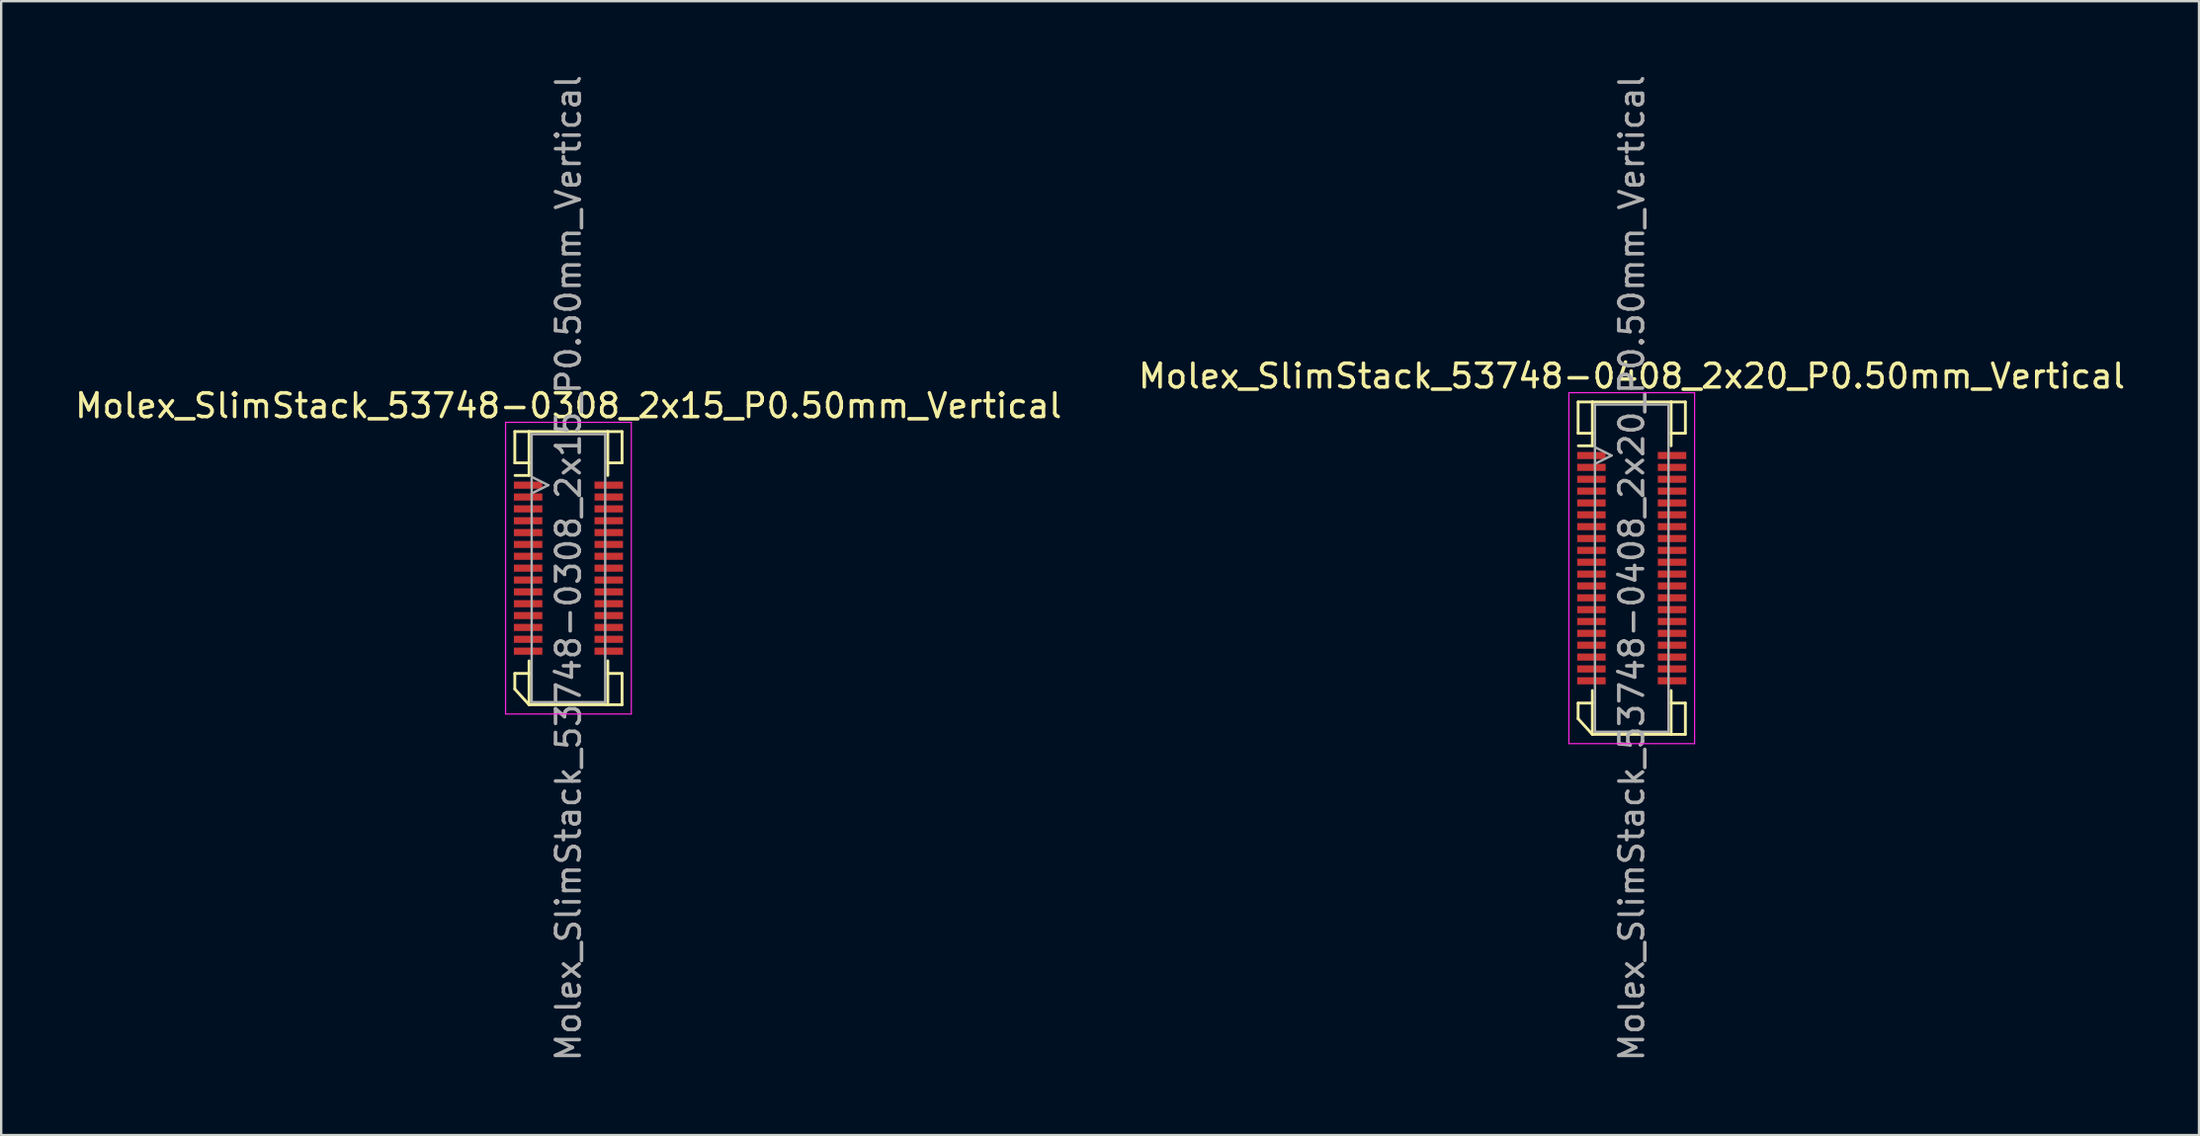
<source format=kicad_pcb>
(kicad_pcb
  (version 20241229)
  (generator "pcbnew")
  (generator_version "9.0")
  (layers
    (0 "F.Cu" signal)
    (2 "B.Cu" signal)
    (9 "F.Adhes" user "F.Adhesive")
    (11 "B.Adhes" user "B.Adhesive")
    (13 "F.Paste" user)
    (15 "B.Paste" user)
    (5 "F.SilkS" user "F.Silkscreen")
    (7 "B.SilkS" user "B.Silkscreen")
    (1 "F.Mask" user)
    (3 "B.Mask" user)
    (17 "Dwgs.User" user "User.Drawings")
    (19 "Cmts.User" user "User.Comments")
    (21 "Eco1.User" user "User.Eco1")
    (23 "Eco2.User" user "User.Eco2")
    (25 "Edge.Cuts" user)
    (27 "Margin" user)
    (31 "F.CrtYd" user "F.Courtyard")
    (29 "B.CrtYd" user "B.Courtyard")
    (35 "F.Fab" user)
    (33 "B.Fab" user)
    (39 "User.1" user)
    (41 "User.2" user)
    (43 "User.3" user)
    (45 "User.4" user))
  (footprint "Molex_SlimStack_53748-0408_2x20_P0.50mm_Vertical"
    (layer "F.Cu")
    (at 65.732 20.911)
    (property "Reference" "Molex_SlimStack_53748-0408_2x20_P0.50mm_Vertical" (at 0 -8.1 0) (layer "F.SilkS") (effects (font (size 1 1) (thickness 0.15))))
    (attr smd)
    (fp_line (start -2.26 -7.01) (end -2.26 -5.69) (stroke (width 0.12) (type solid)) (layer "F.SilkS"))
    (fp_line (start -2.26 -5.69) (end -1.66 -5.69) (stroke (width 0.12) (type solid)) (layer "F.SilkS"))
    (fp_line (start -2.26 5.69) (end -1.66 5.69) (stroke (width 0.12) (type solid)) (layer "F.SilkS"))
    (fp_line (start -2.26 6.35) (end -2.26 5.69) (stroke (width 0.12) (type solid)) (layer "F.SilkS"))
    (fp_line (start -1.66 -7.01) (end -2.26 -7.01) (stroke (width 0.12) (type solid)) (layer "F.SilkS"))
    (fp_line (start -1.66 -7.01) (end -1.66 -5.16) (stroke (width 0.12) (type solid)) (layer "F.SilkS"))
    (fp_line (start -1.66 -5.16) (end -2.25 -5.16) (stroke (width 0.12) (type solid)) (layer "F.SilkS"))
    (fp_line (start -1.66 7.01) (end -2.26 6.35) (stroke (width 0.12) (type solid)) (layer "F.SilkS"))
    (fp_line (start -1.66 7.01) (end -1.66 5.16) (stroke (width 0.12) (type solid)) (layer "F.SilkS"))
    (fp_line (start 1.66 -7.01) (end -1.66 -7.01) (stroke (width 0.12) (type solid)) (layer "F.SilkS"))
    (fp_line (start 1.66 -7.01) (end 2.26 -7.01) (stroke (width 0.12) (type solid)) (layer "F.SilkS"))
    (fp_line (start 1.66 -5.16) (end 1.66 -7.01) (stroke (width 0.12) (type solid)) (layer "F.SilkS"))
    (fp_line (start 1.66 5.16) (end 1.66 7.01) (stroke (width 0.12) (type solid)) (layer "F.SilkS"))
    (fp_line (start 1.66 7.01) (end -1.66 7.01) (stroke (width 0.12) (type solid)) (layer "F.SilkS"))
    (fp_line (start 1.66 7.01) (end 2.26 7.01) (stroke (width 0.12) (type solid)) (layer "F.SilkS"))
    (fp_line (start 2.26 -7.01) (end 2.26 -5.69) (stroke (width 0.12) (type solid)) (layer "F.SilkS"))
    (fp_line (start 2.26 -5.69) (end 1.66 -5.69) (stroke (width 0.12) (type solid)) (layer "F.SilkS"))
    (fp_line (start 2.26 5.69) (end 1.66 5.69) (stroke (width 0.12) (type solid)) (layer "F.SilkS"))
    (fp_line (start 2.26 7.01) (end 2.26 5.69) (stroke (width 0.12) (type solid)) (layer "F.SilkS"))
    (fp_line (start -2.65 -7.4) (end -2.65 7.4) (stroke (width 0.05) (type solid)) (layer "F.CrtYd"))
    (fp_line (start -2.65 7.4) (end 2.65 7.4) (stroke (width 0.05) (type solid)) (layer "F.CrtYd"))
    (fp_line (start 2.65 -7.4) (end -2.65 -7.4) (stroke (width 0.05) (type solid)) (layer "F.CrtYd"))
    (fp_line (start 2.65 7.4) (end 2.65 -7.4) (stroke (width 0.05) (type solid)) (layer "F.CrtYd"))
    (fp_line (start -1.55 -6.9) (end -1.55 6.9) (stroke (width 0.1) (type solid)) (layer "F.Fab"))
    (fp_line (start -1.55 6.9) (end 1.55 6.9) (stroke (width 0.1) (type solid)) (layer "F.Fab"))
    (fp_line (start -0.85 -4.75) (end -1.55 -5.1) (stroke (width 0.1) (type solid)) (layer "F.Fab"))
    (fp_line (start -0.85 -4.75) (end -1.55 -4.4) (stroke (width 0.1) (type solid)) (layer "F.Fab"))
    (fp_line (start 1.55 -6.9) (end -1.55 -6.9) (stroke (width 0.1) (type solid)) (layer "F.Fab"))
    (fp_line (start 1.55 6.9) (end 1.55 -6.9) (stroke (width 0.1) (type solid)) (layer "F.Fab"))
    (fp_text user "${REFERENCE}" (at 0 0 90) (layer "F.Fab") (effects (font (size 1 1) (thickness 0.15))))
    (pad "1" smd rect (at -1.7 -4.75) (size 1.2 0.3) (layers "F.Cu" "F.Mask" "F.Paste"))
    (pad "2" smd rect (at 1.7 -4.75) (size 1.2 0.3) (layers "F.Cu" "F.Mask" "F.Paste"))
    (pad "3" smd rect (at -1.7 -4.25) (size 1.2 0.3) (layers "F.Cu" "F.Mask" "F.Paste"))
    (pad "4" smd rect (at 1.7 -4.25) (size 1.2 0.3) (layers "F.Cu" "F.Mask" "F.Paste"))
    (pad "5" smd rect (at -1.7 -3.75) (size 1.2 0.3) (layers "F.Cu" "F.Mask" "F.Paste"))
    (pad "6" smd rect (at 1.7 -3.75) (size 1.2 0.3) (layers "F.Cu" "F.Mask" "F.Paste"))
    (pad "7" smd rect (at -1.7 -3.25) (size 1.2 0.3) (layers "F.Cu" "F.Mask" "F.Paste"))
    (pad "8" smd rect (at 1.7 -3.25) (size 1.2 0.3) (layers "F.Cu" "F.Mask" "F.Paste"))
    (pad "9" smd rect (at -1.7 -2.75) (size 1.2 0.3) (layers "F.Cu" "F.Mask" "F.Paste"))
    (pad "10" smd rect (at 1.7 -2.75) (size 1.2 0.3) (layers "F.Cu" "F.Mask" "F.Paste"))
    (pad "11" smd rect (at -1.7 -2.25) (size 1.2 0.3) (layers "F.Cu" "F.Mask" "F.Paste"))
    (pad "12" smd rect (at 1.7 -2.25) (size 1.2 0.3) (layers "F.Cu" "F.Mask" "F.Paste"))
    (pad "13" smd rect (at -1.7 -1.75) (size 1.2 0.3) (layers "F.Cu" "F.Mask" "F.Paste"))
    (pad "14" smd rect (at 1.7 -1.75) (size 1.2 0.3) (layers "F.Cu" "F.Mask" "F.Paste"))
    (pad "15" smd rect (at -1.7 -1.25) (size 1.2 0.3) (layers "F.Cu" "F.Mask" "F.Paste"))
    (pad "16" smd rect (at 1.7 -1.25) (size 1.2 0.3) (layers "F.Cu" "F.Mask" "F.Paste"))
    (pad "17" smd rect (at -1.7 -0.75) (size 1.2 0.3) (layers "F.Cu" "F.Mask" "F.Paste"))
    (pad "18" smd rect (at 1.7 -0.75) (size 1.2 0.3) (layers "F.Cu" "F.Mask" "F.Paste"))
    (pad "19" smd rect (at -1.7 -0.25) (size 1.2 0.3) (layers "F.Cu" "F.Mask" "F.Paste"))
    (pad "20" smd rect (at 1.7 -0.25) (size 1.2 0.3) (layers "F.Cu" "F.Mask" "F.Paste"))
    (pad "21" smd rect (at -1.7 0.25) (size 1.2 0.3) (layers "F.Cu" "F.Mask" "F.Paste"))
    (pad "22" smd rect (at 1.7 0.25) (size 1.2 0.3) (layers "F.Cu" "F.Mask" "F.Paste"))
    (pad "23" smd rect (at -1.7 0.75) (size 1.2 0.3) (layers "F.Cu" "F.Mask" "F.Paste"))
    (pad "24" smd rect (at 1.7 0.75) (size 1.2 0.3) (layers "F.Cu" "F.Mask" "F.Paste"))
    (pad "25" smd rect (at -1.7 1.25) (size 1.2 0.3) (layers "F.Cu" "F.Mask" "F.Paste"))
    (pad "26" smd rect (at 1.7 1.25) (size 1.2 0.3) (layers "F.Cu" "F.Mask" "F.Paste"))
    (pad "27" smd rect (at -1.7 1.75) (size 1.2 0.3) (layers "F.Cu" "F.Mask" "F.Paste"))
    (pad "28" smd rect (at 1.7 1.75) (size 1.2 0.3) (layers "F.Cu" "F.Mask" "F.Paste"))
    (pad "29" smd rect (at -1.7 2.25) (size 1.2 0.3) (layers "F.Cu" "F.Mask" "F.Paste"))
    (pad "30" smd rect (at 1.7 2.25) (size 1.2 0.3) (layers "F.Cu" "F.Mask" "F.Paste"))
    (pad "31" smd rect (at -1.7 2.75) (size 1.2 0.3) (layers "F.Cu" "F.Mask" "F.Paste"))
    (pad "32" smd rect (at 1.7 2.75) (size 1.2 0.3) (layers "F.Cu" "F.Mask" "F.Paste"))
    (pad "33" smd rect (at -1.7 3.25) (size 1.2 0.3) (layers "F.Cu" "F.Mask" "F.Paste"))
    (pad "34" smd rect (at 1.7 3.25) (size 1.2 0.3) (layers "F.Cu" "F.Mask" "F.Paste"))
    (pad "35" smd rect (at -1.7 3.75) (size 1.2 0.3) (layers "F.Cu" "F.Mask" "F.Paste"))
    (pad "36" smd rect (at 1.7 3.75) (size 1.2 0.3) (layers "F.Cu" "F.Mask" "F.Paste"))
    (pad "37" smd rect (at -1.7 4.25) (size 1.2 0.3) (layers "F.Cu" "F.Mask" "F.Paste"))
    (pad "38" smd rect (at 1.7 4.25) (size 1.2 0.3) (layers "F.Cu" "F.Mask" "F.Paste"))
    (pad "39" smd rect (at -1.7 4.75) (size 1.2 0.3) (layers "F.Cu" "F.Mask" "F.Paste"))
    (pad "40" smd rect (at 1.7 4.75) (size 1.2 0.3) (layers "F.Cu" "F.Mask" "F.Paste")))
  (footprint "Molex_SlimStack_53748-0308_2x15_P0.50mm_Vertical"
    (layer "F.Cu")
    (at 20.911 20.911)
    (property "Reference" "Molex_SlimStack_53748-0308_2x15_P0.50mm_Vertical" (at 0 -6.85 0) (layer "F.SilkS") (effects (font (size 1 1) (thickness 0.15))))
    (attr smd)
    (fp_line (start -2.26 -5.76) (end -2.26 -4.44) (stroke (width 0.12) (type solid)) (layer "F.SilkS"))
    (fp_line (start -2.26 -4.44) (end -1.66 -4.44) (stroke (width 0.12) (type solid)) (layer "F.SilkS"))
    (fp_line (start -2.26 4.44) (end -1.66 4.44) (stroke (width 0.12) (type solid)) (layer "F.SilkS"))
    (fp_line (start -2.26 5.1) (end -2.26 4.44) (stroke (width 0.12) (type solid)) (layer "F.SilkS"))
    (fp_line (start -1.66 -5.76) (end -2.26 -5.76) (stroke (width 0.12) (type solid)) (layer "F.SilkS"))
    (fp_line (start -1.66 -5.76) (end -1.66 -3.91) (stroke (width 0.12) (type solid)) (layer "F.SilkS"))
    (fp_line (start -1.66 -3.91) (end -2.25 -3.91) (stroke (width 0.12) (type solid)) (layer "F.SilkS"))
    (fp_line (start -1.66 5.76) (end -2.26 5.1) (stroke (width 0.12) (type solid)) (layer "F.SilkS"))
    (fp_line (start -1.66 5.76) (end -1.66 3.91) (stroke (width 0.12) (type solid)) (layer "F.SilkS"))
    (fp_line (start 1.66 -5.76) (end -1.66 -5.76) (stroke (width 0.12) (type solid)) (layer "F.SilkS"))
    (fp_line (start 1.66 -5.76) (end 2.26 -5.76) (stroke (width 0.12) (type solid)) (layer "F.SilkS"))
    (fp_line (start 1.66 -3.91) (end 1.66 -5.76) (stroke (width 0.12) (type solid)) (layer "F.SilkS"))
    (fp_line (start 1.66 3.91) (end 1.66 5.76) (stroke (width 0.12) (type solid)) (layer "F.SilkS"))
    (fp_line (start 1.66 5.76) (end -1.66 5.76) (stroke (width 0.12) (type solid)) (layer "F.SilkS"))
    (fp_line (start 1.66 5.76) (end 2.26 5.76) (stroke (width 0.12) (type solid)) (layer "F.SilkS"))
    (fp_line (start 2.26 -5.76) (end 2.26 -4.44) (stroke (width 0.12) (type solid)) (layer "F.SilkS"))
    (fp_line (start 2.26 -4.44) (end 1.66 -4.44) (stroke (width 0.12) (type solid)) (layer "F.SilkS"))
    (fp_line (start 2.26 4.44) (end 1.66 4.44) (stroke (width 0.12) (type solid)) (layer "F.SilkS"))
    (fp_line (start 2.26 5.76) (end 2.26 4.44) (stroke (width 0.12) (type solid)) (layer "F.SilkS"))
    (fp_line (start -2.65 -6.15) (end -2.65 6.15) (stroke (width 0.05) (type solid)) (layer "F.CrtYd"))
    (fp_line (start -2.65 6.15) (end 2.65 6.15) (stroke (width 0.05) (type solid)) (layer "F.CrtYd"))
    (fp_line (start 2.65 -6.15) (end -2.65 -6.15) (stroke (width 0.05) (type solid)) (layer "F.CrtYd"))
    (fp_line (start 2.65 6.15) (end 2.65 -6.15) (stroke (width 0.05) (type solid)) (layer "F.CrtYd"))
    (fp_line (start -1.55 -5.65) (end -1.55 5.65) (stroke (width 0.1) (type solid)) (layer "F.Fab"))
    (fp_line (start -1.55 5.65) (end 1.55 5.65) (stroke (width 0.1) (type solid)) (layer "F.Fab"))
    (fp_line (start -0.85 -3.5) (end -1.55 -3.85) (stroke (width 0.1) (type solid)) (layer "F.Fab"))
    (fp_line (start -0.85 -3.5) (end -1.55 -3.15) (stroke (width 0.1) (type solid)) (layer "F.Fab"))
    (fp_line (start 1.55 -5.65) (end -1.55 -5.65) (stroke (width 0.1) (type solid)) (layer "F.Fab"))
    (fp_line (start 1.55 5.65) (end 1.55 -5.65) (stroke (width 0.1) (type solid)) (layer "F.Fab"))
    (fp_text user "${REFERENCE}" (at 0 0 90) (layer "F.Fab") (effects (font (size 1 1) (thickness 0.15))))
    (pad "1" smd rect (at -1.7 -3.5) (size 1.2 0.3) (layers "F.Cu" "F.Mask" "F.Paste"))
    (pad "2" smd rect (at 1.7 -3.5) (size 1.2 0.3) (layers "F.Cu" "F.Mask" "F.Paste"))
    (pad "3" smd rect (at -1.7 -3) (size 1.2 0.3) (layers "F.Cu" "F.Mask" "F.Paste"))
    (pad "4" smd rect (at 1.7 -3) (size 1.2 0.3) (layers "F.Cu" "F.Mask" "F.Paste"))
    (pad "5" smd rect (at -1.7 -2.5) (size 1.2 0.3) (layers "F.Cu" "F.Mask" "F.Paste"))
    (pad "6" smd rect (at 1.7 -2.5) (size 1.2 0.3) (layers "F.Cu" "F.Mask" "F.Paste"))
    (pad "7" smd rect (at -1.7 -2) (size 1.2 0.3) (layers "F.Cu" "F.Mask" "F.Paste"))
    (pad "8" smd rect (at 1.7 -2) (size 1.2 0.3) (layers "F.Cu" "F.Mask" "F.Paste"))
    (pad "9" smd rect (at -1.7 -1.5) (size 1.2 0.3) (layers "F.Cu" "F.Mask" "F.Paste"))
    (pad "10" smd rect (at 1.7 -1.5) (size 1.2 0.3) (layers "F.Cu" "F.Mask" "F.Paste"))
    (pad "11" smd rect (at -1.7 -1) (size 1.2 0.3) (layers "F.Cu" "F.Mask" "F.Paste"))
    (pad "12" smd rect (at 1.7 -1) (size 1.2 0.3) (layers "F.Cu" "F.Mask" "F.Paste"))
    (pad "13" smd rect (at -1.7 -0.5) (size 1.2 0.3) (layers "F.Cu" "F.Mask" "F.Paste"))
    (pad "14" smd rect (at 1.7 -0.5) (size 1.2 0.3) (layers "F.Cu" "F.Mask" "F.Paste"))
    (pad "15" smd rect (at -1.7 0) (size 1.2 0.3) (layers "F.Cu" "F.Mask" "F.Paste"))
    (pad "16" smd rect (at 1.7 0) (size 1.2 0.3) (layers "F.Cu" "F.Mask" "F.Paste"))
    (pad "17" smd rect (at -1.7 0.5) (size 1.2 0.3) (layers "F.Cu" "F.Mask" "F.Paste"))
    (pad "18" smd rect (at 1.7 0.5) (size 1.2 0.3) (layers "F.Cu" "F.Mask" "F.Paste"))
    (pad "19" smd rect (at -1.7 1) (size 1.2 0.3) (layers "F.Cu" "F.Mask" "F.Paste"))
    (pad "20" smd rect (at 1.7 1) (size 1.2 0.3) (layers "F.Cu" "F.Mask" "F.Paste"))
    (pad "21" smd rect (at -1.7 1.5) (size 1.2 0.3) (layers "F.Cu" "F.Mask" "F.Paste"))
    (pad "22" smd rect (at 1.7 1.5) (size 1.2 0.3) (layers "F.Cu" "F.Mask" "F.Paste"))
    (pad "23" smd rect (at -1.7 2) (size 1.2 0.3) (layers "F.Cu" "F.Mask" "F.Paste"))
    (pad "24" smd rect (at 1.7 2) (size 1.2 0.3) (layers "F.Cu" "F.Mask" "F.Paste"))
    (pad "25" smd rect (at -1.7 2.5) (size 1.2 0.3) (layers "F.Cu" "F.Mask" "F.Paste"))
    (pad "26" smd rect (at 1.7 2.5) (size 1.2 0.3) (layers "F.Cu" "F.Mask" "F.Paste"))
    (pad "27" smd rect (at -1.7 3) (size 1.2 0.3) (layers "F.Cu" "F.Mask" "F.Paste"))
    (pad "28" smd rect (at 1.7 3) (size 1.2 0.3) (layers "F.Cu" "F.Mask" "F.Paste"))
    (pad "29" smd rect (at -1.7 3.5) (size 1.2 0.3) (layers "F.Cu" "F.Mask" "F.Paste"))
    (pad "30" smd rect (at 1.7 3.5) (size 1.2 0.3) (layers "F.Cu" "F.Mask" "F.Paste")))
  (gr_rect
    (start -3 -3)
    (end 89.643 44.821)
    (stroke (width 0.1) (type default))
    (fill no)
    (layer "Edge.Cuts")))
</source>
